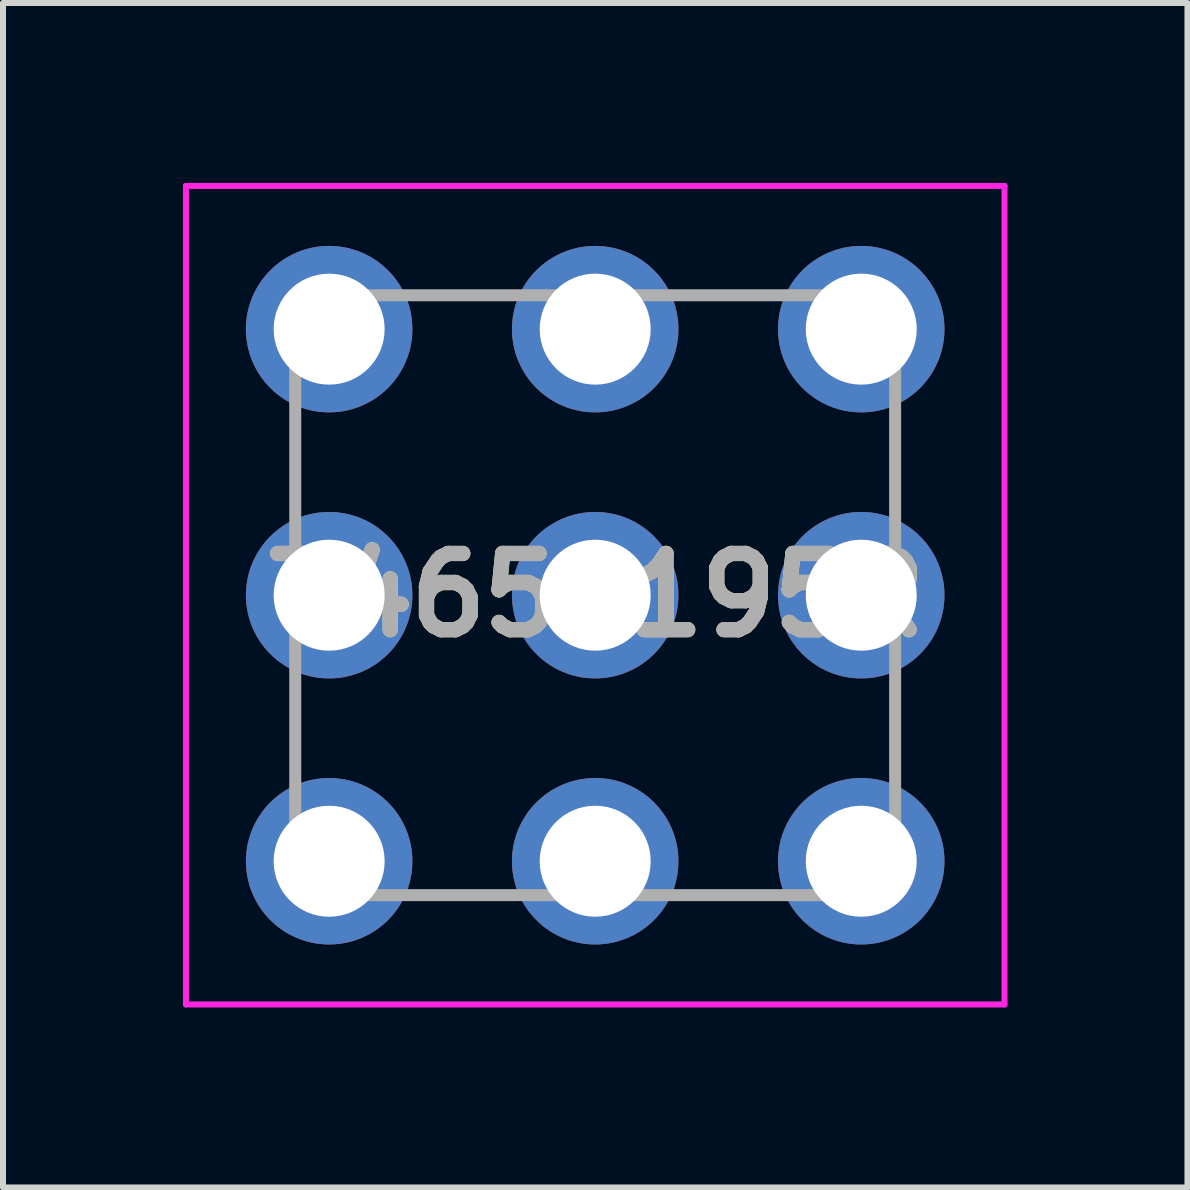
<source format=kicad_pcb>
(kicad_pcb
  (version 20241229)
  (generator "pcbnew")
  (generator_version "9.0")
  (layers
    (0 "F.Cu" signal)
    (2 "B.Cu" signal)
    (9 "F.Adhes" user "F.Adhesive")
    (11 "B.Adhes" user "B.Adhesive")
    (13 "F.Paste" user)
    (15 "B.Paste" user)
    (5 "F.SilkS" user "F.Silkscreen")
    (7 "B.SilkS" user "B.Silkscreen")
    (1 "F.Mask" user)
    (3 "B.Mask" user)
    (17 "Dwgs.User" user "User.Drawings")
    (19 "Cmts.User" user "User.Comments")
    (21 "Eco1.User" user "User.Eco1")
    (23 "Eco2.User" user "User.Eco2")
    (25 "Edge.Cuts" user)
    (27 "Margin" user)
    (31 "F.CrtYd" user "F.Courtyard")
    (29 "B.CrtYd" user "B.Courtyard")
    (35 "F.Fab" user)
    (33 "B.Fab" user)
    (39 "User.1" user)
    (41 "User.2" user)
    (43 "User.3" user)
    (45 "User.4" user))
  (footprint "74651195R"
    (layer "F.Cu")
    (at 2.437 11.372)
    (property "Reference" "74651195R" (at 4.435 -4.5 0) (layer "F.SilkS") (effects (font (size 1.27 1.27) (thickness 0.254))))
    (attr through_hole)
    (fp_line (start -0.565 -6.5) (end -0.565 -7) (stroke (width 0.1) (type solid)) (layer "F.SilkS"))
    (fp_line (start -0.565 -2) (end -0.565 -2.5) (stroke (width 0.1) (type solid)) (layer "F.SilkS"))
    (fp_line (start 1.935 -9.5) (end 2.435 -9.5) (stroke (width 0.1) (type solid)) (layer "F.SilkS"))
    (fp_line (start 1.935 0.5) (end 2.435 0.5) (stroke (width 0.1) (type solid)) (layer "F.SilkS"))
    (fp_line (start 6.435 -9.5) (end 6.935 -9.5) (stroke (width 0.1) (type solid)) (layer "F.SilkS"))
    (fp_line (start 6.435 0.5) (end 6.935 0.5) (stroke (width 0.1) (type solid)) (layer "F.SilkS"))
    (fp_line (start 9.435 -7) (end 9.435 -6.5) (stroke (width 0.1) (type solid)) (layer "F.SilkS"))
    (fp_line (start 9.435 -2.5) (end 9.435 -2) (stroke (width 0.1) (type solid)) (layer "F.SilkS"))
    (fp_line (start -2.387 -11.322) (end 11.258 -11.322) (stroke (width 0.1) (type solid)) (layer "F.CrtYd"))
    (fp_line (start -2.387 2.323) (end -2.387 -11.322) (stroke (width 0.1) (type solid)) (layer "F.CrtYd"))
    (fp_line (start 11.258 -11.322) (end 11.258 2.323) (stroke (width 0.1) (type solid)) (layer "F.CrtYd"))
    (fp_line (start 11.258 2.323) (end -2.387 2.323) (stroke (width 0.1) (type solid)) (layer "F.CrtYd"))
    (fp_line (start -0.565 -9.5) (end 9.435 -9.5) (stroke (width 0.2) (type solid)) (layer "F.Fab"))
    (fp_line (start -0.565 0.5) (end -0.565 -9.5) (stroke (width 0.2) (type solid)) (layer "F.Fab"))
    (fp_line (start 9.435 -9.5) (end 9.435 0.5) (stroke (width 0.2) (type solid)) (layer "F.Fab"))
    (fp_line (start 9.435 0.5) (end -0.565 0.5) (stroke (width 0.2) (type solid)) (layer "F.Fab"))
    (fp_text user "${REFERENCE}" (at 4.435 -4.5 0) (layer "F.Fab") (effects (font (size 1.27 1.27) (thickness 0.254))))
    (pad "1" thru_hole circle (at 0 -0.065) (size 2.775 2.775) (drill 1.85) (layers "*.Cu" "*.Mask"))
    (pad "2" thru_hole circle (at 4.435 -0.065) (size 2.775 2.775) (drill 1.85) (layers "*.Cu" "*.Mask"))
    (pad "3" thru_hole circle (at 8.87 -0.065) (size 2.775 2.775) (drill 1.85) (layers "*.Cu" "*.Mask"))
    (pad "4" thru_hole circle (at 0 -4.5) (size 2.775 2.775) (drill 1.85) (layers "*.Cu" "*.Mask"))
    (pad "5" thru_hole circle (at 4.435 -4.5) (size 2.775 2.775) (drill 1.85) (layers "*.Cu" "*.Mask"))
    (pad "6" thru_hole circle (at 8.87 -4.5) (size 2.775 2.775) (drill 1.85) (layers "*.Cu" "*.Mask"))
    (pad "7" thru_hole circle (at 0 -8.935) (size 2.775 2.775) (drill 1.85) (layers "*.Cu" "*.Mask"))
    (pad "8" thru_hole circle (at 4.435 -8.935) (size 2.775 2.775) (drill 1.85) (layers "*.Cu" "*.Mask"))
    (pad "9" thru_hole circle (at 8.87 -8.935) (size 2.775 2.775) (drill 1.85) (layers "*.Cu" "*.Mask")))
  (gr_rect
    (start -3 -3)
    (end 16.745 16.745)
    (stroke (width 0.1) (type default))
    (fill no)
    (layer "Edge.Cuts")))
</source>
